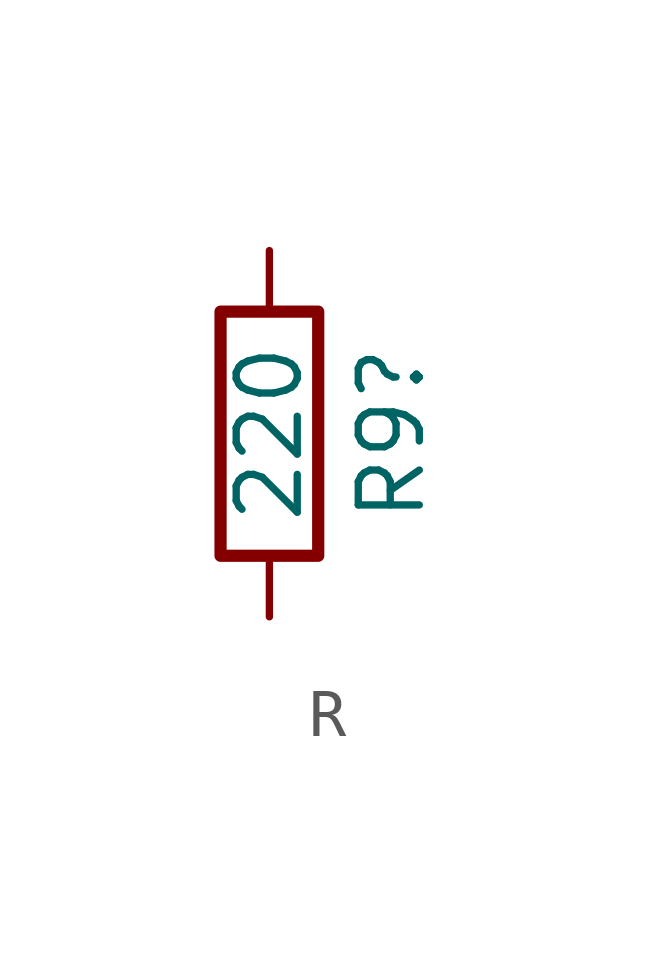
<source format=kicad_sym>
(kicad_symbol_lib
  (version 20220914)
  (generator kicad_symbol_editor)
  (symbol "R"
    (pin_numbers hide)
    (pin_names
      (offset 0))
    (property "Reference" "R9"
      (at 2.54 0 90)
      (effects (font (size 1.27 1.27))))
    (property "Value" "220"
      (at 0 0 90)
      (effects (font (size 1.27 1.27))))
    (symbol "R_0_1"
      (rectangle (start -1.016 -2.54) (end 1.016 2.54) (stroke (width 0.254) (type default)) (fill (type none))))
    (symbol "R_1_1"
      (pin passive line (at 0 3.81 270) (length 1.27) (name "~" (effects (font (size 1.27 1.27)))) (number "1" (effects (font (size 1.27 1.27)))))
      (pin passive line (at 0 -3.81 90) (length 1.27) (name "~" (effects (font (size 1.27 1.27)))) (number "2" (effects (font (size 1.27 1.27))))))))
</source>
